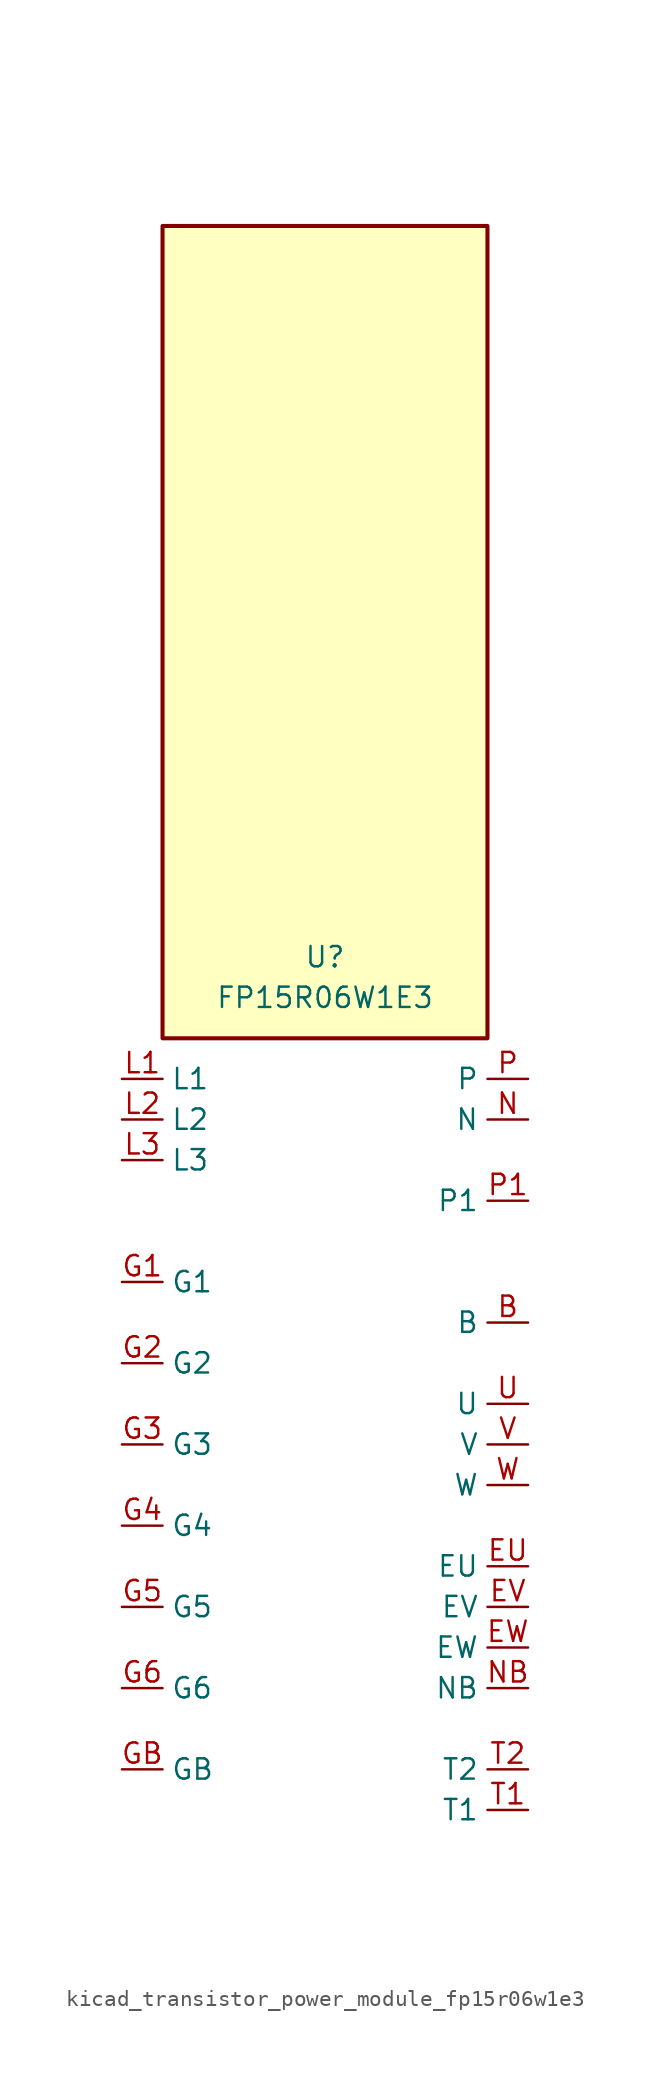
<source format=kicad_sym>
(kicad_symbol_lib
  (version 20220914)
  (generator kicad_symbol_editor)
  (symbol "kicad_transistor_power_module_fp15r06w1e3"
    (property "Reference" "U"
      (at 0 30.48 0)
      (effects (font (size 1.27 1.27))))
    (property "Value" "FP15R06W1E3"
      (at 0 27.94 0)
      (effects (font (size 1.27 1.27))))
    (symbol "kicad_transistor_power_module_fp15r06w1e3_1_1"
      (rectangle (start 10.16 76.2) (end -10.16 25.4) (stroke (width 0.254) (type default)) (fill (type background)))
      (pin passive line (at 12.7 7.62 180) (length 2.54) (name "B" (effects (font (size 1.27 1.27)))) (number "B" (effects (font (size 1.27 1.27)))))
      (pin passive line (at 12.7 -7.62 180) (length 2.54) (name "EU" (effects (font (size 1.27 1.27)))) (number "EU" (effects (font (size 1.27 1.27)))))
      (pin passive line (at 12.7 -10.16 180) (length 2.54) (name "EV" (effects (font (size 1.27 1.27)))) (number "EV" (effects (font (size 1.27 1.27)))))
      (pin passive line (at 12.7 -12.7 180) (length 2.54) (name "EW" (effects (font (size 1.27 1.27)))) (number "EW" (effects (font (size 1.27 1.27)))))
      (pin passive line (at -12.7 10.16 0) (length 2.54) (name "G1" (effects (font (size 1.27 1.27)))) (number "G1" (effects (font (size 1.27 1.27)))))
      (pin passive line (at -12.7 5.08 0) (length 2.54) (name "G2" (effects (font (size 1.27 1.27)))) (number "G2" (effects (font (size 1.27 1.27)))))
      (pin passive line (at -12.7 0 0) (length 2.54) (name "G3" (effects (font (size 1.27 1.27)))) (number "G3" (effects (font (size 1.27 1.27)))))
      (pin passive line (at -12.7 -5.08 0) (length 2.54) (name "G4" (effects (font (size 1.27 1.27)))) (number "G4" (effects (font (size 1.27 1.27)))))
      (pin passive line (at -12.7 -10.16 0) (length 2.54) (name "G5" (effects (font (size 1.27 1.27)))) (number "G5" (effects (font (size 1.27 1.27)))))
      (pin passive line (at -12.7 -15.24 0) (length 2.54) (name "G6" (effects (font (size 1.27 1.27)))) (number "G6" (effects (font (size 1.27 1.27)))))
      (pin passive line (at -12.7 -20.32 0) (length 2.54) (name "GB" (effects (font (size 1.27 1.27)))) (number "GB" (effects (font (size 1.27 1.27)))))
      (pin passive line (at -12.7 22.86 0) (length 2.54) (name "L1" (effects (font (size 1.27 1.27)))) (number "L1" (effects (font (size 1.27 1.27)))))
      (pin passive line (at -12.7 20.32 0) (length 2.54) (name "L2" (effects (font (size 1.27 1.27)))) (number "L2" (effects (font (size 1.27 1.27)))))
      (pin passive line (at -12.7 17.78 0) (length 2.54) (name "L3" (effects (font (size 1.27 1.27)))) (number "L3" (effects (font (size 1.27 1.27)))))
      (pin passive line (at 12.7 20.32 180) (length 2.54) (name "N" (effects (font (size 1.27 1.27)))) (number "N" (effects (font (size 1.27 1.27)))))
      (pin passive line (at 12.7 -15.24 180) (length 2.54) (name "NB" (effects (font (size 1.27 1.27)))) (number "NB" (effects (font (size 1.27 1.27)))))
      (pin passive line (at 12.7 22.86 180) (length 2.54) (name "P" (effects (font (size 1.27 1.27)))) (number "P" (effects (font (size 1.27 1.27)))))
      (pin passive line (at 12.7 15.24 180) (length 2.54) (name "P1" (effects (font (size 1.27 1.27)))) (number "P1" (effects (font (size 1.27 1.27)))))
      (pin passive line (at 12.7 -22.86 180) (length 2.54) (name "T1" (effects (font (size 1.27 1.27)))) (number "T1" (effects (font (size 1.27 1.27)))))
      (pin passive line (at 12.7 -20.32 180) (length 2.54) (name "T2" (effects (font (size 1.27 1.27)))) (number "T2" (effects (font (size 1.27 1.27)))))
      (pin passive line (at 12.7 2.54 180) (length 2.54) (name "U" (effects (font (size 1.27 1.27)))) (number "U" (effects (font (size 1.27 1.27)))))
      (pin passive line (at 12.7 0 180) (length 2.54) (name "V" (effects (font (size 1.27 1.27)))) (number "V" (effects (font (size 1.27 1.27)))))
      (pin passive line (at 12.7 -2.54 180) (length 2.54) (name "W" (effects (font (size 1.27 1.27)))) (number "W" (effects (font (size 1.27 1.27))))))))
</source>
